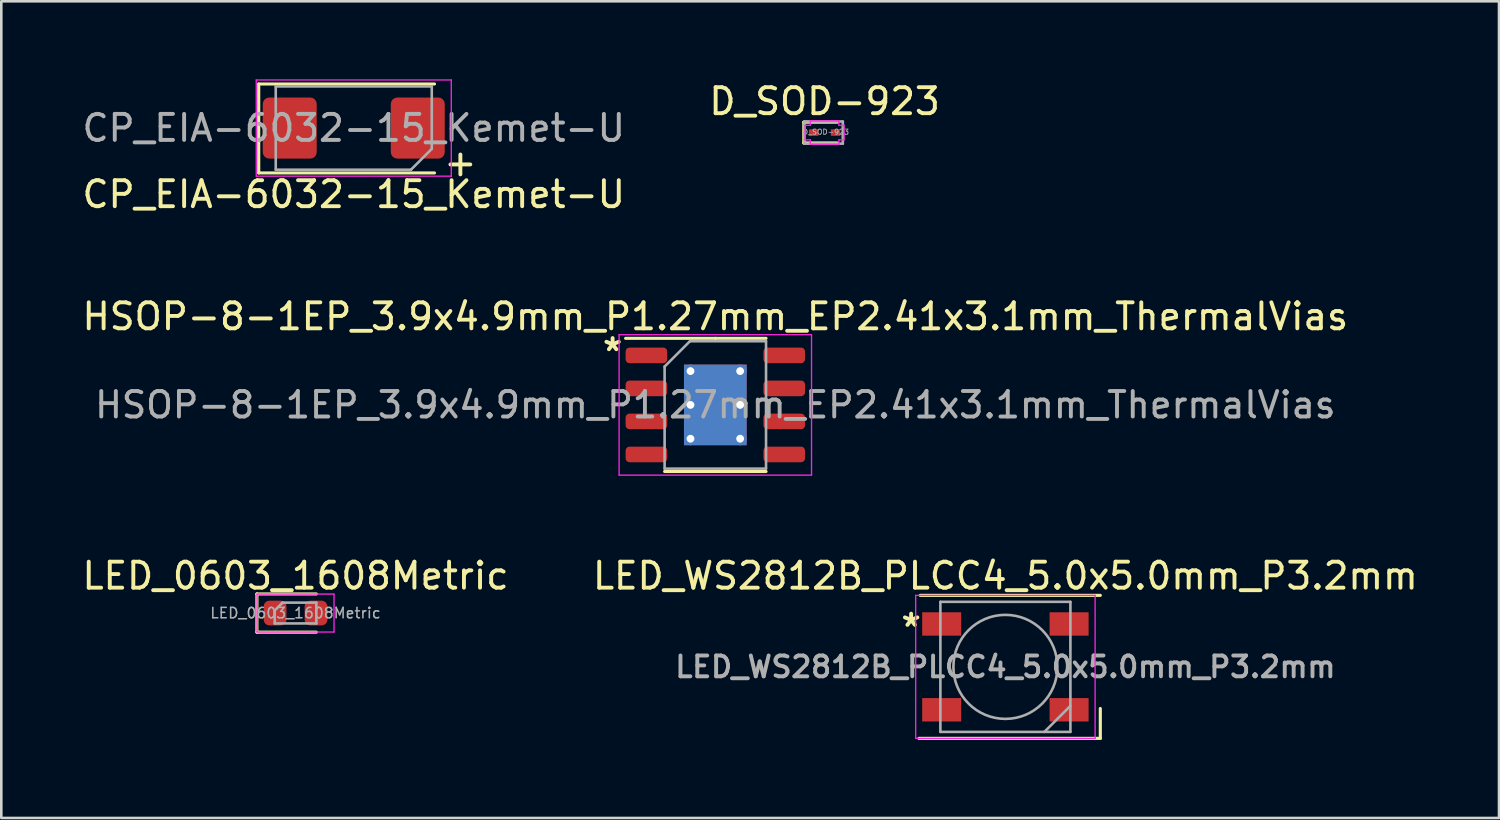
<source format=kicad_pcb>
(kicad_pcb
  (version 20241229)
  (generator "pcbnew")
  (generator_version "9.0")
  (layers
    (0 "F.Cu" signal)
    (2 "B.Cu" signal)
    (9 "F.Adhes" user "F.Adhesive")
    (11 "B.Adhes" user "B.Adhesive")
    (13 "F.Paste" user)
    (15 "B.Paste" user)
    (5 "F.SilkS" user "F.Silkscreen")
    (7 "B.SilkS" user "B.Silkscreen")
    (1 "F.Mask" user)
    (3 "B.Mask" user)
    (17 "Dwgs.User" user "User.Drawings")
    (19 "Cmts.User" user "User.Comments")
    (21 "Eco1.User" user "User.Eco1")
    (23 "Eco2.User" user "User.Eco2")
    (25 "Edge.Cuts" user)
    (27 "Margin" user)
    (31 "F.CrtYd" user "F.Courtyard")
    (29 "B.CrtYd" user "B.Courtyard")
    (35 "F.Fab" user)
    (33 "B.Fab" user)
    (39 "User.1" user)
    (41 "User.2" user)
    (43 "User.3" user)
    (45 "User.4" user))
  (footprint "CP_EIA-6032-15_Kemet-U"
    (layer "F.Cu")
    (at 10.554 1.875)
    (property "Reference" "CP_EIA-6032-15_Kemet-U" (at 0 2.55 180) (layer "F.SilkS") (effects (font (size 1 1) (thickness 0.15))))
    (attr smd)
    (fp_line (start -3.655 -1.695) (end -3.655 1.725) (stroke (width 0.12) (type solid)) (layer "F.SilkS"))
    (fp_line (start -3.655 1.725) (end 3.105 1.725) (stroke (width 0.12) (type solid)) (layer "F.SilkS"))
    (fp_line (start 3.105 -1.695) (end -3.655 -1.695) (stroke (width 0.12) (type solid)) (layer "F.SilkS"))
    (fp_line (start -3.75 -1.85) (end 3.75 -1.85) (stroke (width 0.05) (type solid)) (layer "F.CrtYd"))
    (fp_line (start -3.75 1.85) (end -3.75 -1.85) (stroke (width 0.05) (type solid)) (layer "F.CrtYd"))
    (fp_line (start 3.75 -1.85) (end 3.75 1.85) (stroke (width 0.05) (type solid)) (layer "F.CrtYd"))
    (fp_line (start 3.75 1.85) (end -3.75 1.85) (stroke (width 0.05) (type solid)) (layer "F.CrtYd"))
    (fp_line (start -3 -1.6) (end -3 1.6) (stroke (width 0.1) (type solid)) (layer "F.Fab"))
    (fp_line (start -3 1.6) (end 2.2 1.6) (stroke (width 0.1) (type solid)) (layer "F.Fab"))
    (fp_line (start 2.2 1.6) (end 3 0.8) (stroke (width 0.1) (type solid)) (layer "F.Fab"))
    (fp_line (start 3 -1.6) (end -3 -1.6) (stroke (width 0.1) (type solid)) (layer "F.Fab"))
    (fp_line (start 3 0.8) (end 3 -1.6) (stroke (width 0.1) (type solid)) (layer "F.Fab"))
    (fp_text user "+" (at 4.1 1.325 0) (unlocked yes) (layer "F.SilkS") (effects (font (size 1 1) (thickness 0.15))))
    (fp_text user "${REFERENCE}" (at 0 0 180) (layer "F.Fab") (effects (font (size 1 1) (thickness 0.15))))
    (pad "1" smd roundrect (at 2.462 0 180) (size 2.075 2.35) (layers "F.Cu" "F.Mask" "F.Paste") (roundrect_rratio 0.12))
    (pad "2" smd roundrect (at -2.462 0 180) (size 2.075 2.35) (layers "F.Cu" "F.Mask" "F.Paste") (roundrect_rratio 0.12)))
  (footprint "HSOP-8-1EP_3.9x4.9mm_P1.27mm_EP2.41x3.1mm_ThermalVias"
    (layer "F.Cu")
    (at 24.458 12.521)
    (property "Reference" "HSOP-8-1EP_3.9x4.9mm_P1.27mm_EP2.41x3.1mm_ThermalVias" (at 0 -3.4 0) (layer "F.SilkS") (effects (font (size 1 1) (thickness 0.15))))
    (attr smd)
    (fp_line (start 0 -2.56) (end -3.45 -2.56) (stroke (width 0.12) (type solid)) (layer "F.SilkS"))
    (fp_line (start 0 -2.56) (end 1.95 -2.56) (stroke (width 0.12) (type solid)) (layer "F.SilkS"))
    (fp_line (start 0 2.56) (end -1.95 2.56) (stroke (width 0.12) (type solid)) (layer "F.SilkS"))
    (fp_line (start 0 2.56) (end 1.95 2.56) (stroke (width 0.12) (type solid)) (layer "F.SilkS"))
    (fp_line (start -3.7 -2.7) (end -3.7 2.7) (stroke (width 0.05) (type solid)) (layer "F.CrtYd"))
    (fp_line (start -3.7 2.7) (end 3.7 2.7) (stroke (width 0.05) (type solid)) (layer "F.CrtYd"))
    (fp_line (start 3.7 -2.7) (end -3.7 -2.7) (stroke (width 0.05) (type solid)) (layer "F.CrtYd"))
    (fp_line (start 3.7 2.7) (end 3.7 -2.7) (stroke (width 0.05) (type solid)) (layer "F.CrtYd"))
    (fp_line (start -1.95 -1.475) (end -0.975 -2.45) (stroke (width 0.1) (type solid)) (layer "F.Fab"))
    (fp_line (start -1.95 2.45) (end -1.95 -1.475) (stroke (width 0.1) (type solid)) (layer "F.Fab"))
    (fp_line (start -0.975 -2.45) (end 1.95 -2.45) (stroke (width 0.1) (type solid)) (layer "F.Fab"))
    (fp_line (start 1.95 -2.45) (end 1.95 2.45) (stroke (width 0.1) (type solid)) (layer "F.Fab"))
    (fp_line (start 1.95 2.45) (end -1.95 2.45) (stroke (width 0.1) (type solid)) (layer "F.Fab"))
    (fp_text user "*" (at -3.95 -2.025 0) (unlocked yes) (layer "F.SilkS") (effects (font (size 1 1) (thickness 0.15))))
    (fp_text user "${REFERENCE}" (at 0 0 0) (layer "F.Fab") (effects (font (size 0.98 0.98) (thickness 0.15))))
    (pad "" smd roundrect (at -0.6 -0.775) (size 0.97 1.25) (layers "F.Paste") (roundrect_rratio 0.25))
    (pad "" smd roundrect (at -0.6 0.775) (size 0.97 1.25) (layers "F.Paste") (roundrect_rratio 0.25))
    (pad "" smd roundrect (at 0.6 -0.775) (size 0.97 1.25) (layers "F.Paste") (roundrect_rratio 0.25))
    (pad "" smd roundrect (at 0.6 0.775) (size 0.97 1.25) (layers "F.Paste") (roundrect_rratio 0.25))
    (pad "1" smd roundrect (at -2.65 -1.905) (size 1.6 0.6) (layers "F.Cu" "F.Mask" "F.Paste") (roundrect_rratio 0.25))
    (pad "2" smd roundrect (at -2.65 -0.635) (size 1.6 0.6) (layers "F.Cu" "F.Mask" "F.Paste") (roundrect_rratio 0.25))
    (pad "3" smd roundrect (at -2.65 0.635) (size 1.6 0.6) (layers "F.Cu" "F.Mask" "F.Paste") (roundrect_rratio 0.25))
    (pad "4" smd roundrect (at -2.65 1.905) (size 1.6 0.6) (layers "F.Cu" "F.Mask" "F.Paste") (roundrect_rratio 0.25))
    (pad "5" smd roundrect (at 2.65 1.905) (size 1.6 0.6) (layers "F.Cu" "F.Mask" "F.Paste") (roundrect_rratio 0.25))
    (pad "6" smd roundrect (at 2.65 0.635) (size 1.6 0.6) (layers "F.Cu" "F.Mask" "F.Paste") (roundrect_rratio 0.25))
    (pad "7" smd roundrect (at 2.65 -0.635) (size 1.6 0.6) (layers "F.Cu" "F.Mask" "F.Paste") (roundrect_rratio 0.25))
    (pad "8" smd roundrect (at 2.65 -1.905) (size 1.6 0.6) (layers "F.Cu" "F.Mask" "F.Paste") (roundrect_rratio 0.25))
    (pad "9" thru_hole circle (at -0.955 -1.3) (size 0.5 0.5) (drill 0.3) (layers "*.Cu"))
    (pad "9" thru_hole circle (at -0.955 0) (size 0.5 0.5) (drill 0.3) (layers "*.Cu"))
    (pad "9" thru_hole circle (at -0.955 1.3) (size 0.5 0.5) (drill 0.3) (layers "*.Cu"))
    (pad "9" smd rect (at 0 0) (size 2.41 3.1) (layers "F.Cu" "F.Mask"))
    (pad "9" smd rect (at 0 0) (size 2.41 3.1) (layers "B.Cu"))
    (pad "9" thru_hole circle (at 0.955 -1.3) (size 0.5 0.5) (drill 0.3) (layers "*.Cu"))
    (pad "9" thru_hole circle (at 0.955 0) (size 0.5 0.5) (drill 0.3) (layers "*.Cu"))
    (pad "9" thru_hole circle (at 0.955 1.3) (size 0.5 0.5) (drill 0.3) (layers "*.Cu")))
  (footprint "LED_0603_1608Metric"
    (layer "F.Cu")
    (at 8.315 20.525)
    (property "Reference" "LED_0603_1608Metric" (at 0 -1.43 0) (layer "F.SilkS") (effects (font (size 1 1) (thickness 0.15))))
    (attr smd)
    (fp_line (start -1.485 -0.735) (end -1.485 0.735) (stroke (width 0.12) (type solid)) (layer "F.SilkS"))
    (fp_line (start -1.485 0.735) (end 0.8 0.735) (stroke (width 0.12) (type solid)) (layer "F.SilkS"))
    (fp_line (start 0.8 -0.735) (end -1.485 -0.735) (stroke (width 0.12) (type solid)) (layer "F.SilkS"))
    (fp_line (start -1.48 -0.73) (end 1.48 -0.73) (stroke (width 0.05) (type solid)) (layer "F.CrtYd"))
    (fp_line (start -1.48 0.73) (end -1.48 -0.73) (stroke (width 0.05) (type solid)) (layer "F.CrtYd"))
    (fp_line (start 1.48 -0.73) (end 1.48 0.73) (stroke (width 0.05) (type solid)) (layer "F.CrtYd"))
    (fp_line (start 1.48 0.73) (end -1.48 0.73) (stroke (width 0.05) (type solid)) (layer "F.CrtYd"))
    (fp_line (start -0.8 -0.1) (end -0.8 0.4) (stroke (width 0.1) (type solid)) (layer "F.Fab"))
    (fp_line (start -0.8 0.4) (end 0.8 0.4) (stroke (width 0.1) (type solid)) (layer "F.Fab"))
    (fp_line (start -0.5 -0.4) (end -0.8 -0.1) (stroke (width 0.1) (type solid)) (layer "F.Fab"))
    (fp_line (start 0.8 -0.4) (end -0.5 -0.4) (stroke (width 0.1) (type solid)) (layer "F.Fab"))
    (fp_line (start 0.8 0.4) (end 0.8 -0.4) (stroke (width 0.1) (type solid)) (layer "F.Fab"))
    (fp_text user "${REFERENCE}" (at 0 0 0) (layer "F.Fab") (effects (font (size 0.4 0.4) (thickness 0.06))))
    (pad "1" smd roundrect (at -0.787 0) (size 0.875 0.95) (layers "F.Cu" "F.Mask" "F.Paste") (roundrect_rratio 0.25))
    (pad "2" smd roundrect (at 0.787 0) (size 0.875 0.95) (layers "F.Cu" "F.Mask" "F.Paste") (roundrect_rratio 0.25)))
  (footprint "D_SOD-923"
    (layer "F.Cu")
    (at 28.661 2.048)
    (property "Reference" "D_SOD-923" (at 0 -1.2 0) (layer "F.SilkS") (effects (font (size 1 1) (thickness 0.15))))
    (attr smd)
    (fp_line (start -0.8 -0.4) (end -0.8 0.4) (stroke (width 0.12) (type solid)) (layer "F.SilkS"))
    (fp_line (start 0.5 -0.4) (end -0.8 -0.4) (stroke (width 0.12) (type solid)) (layer "F.SilkS"))
    (fp_line (start 0.5 0.4) (end -0.8 0.4) (stroke (width 0.12) (type solid)) (layer "F.SilkS"))
    (fp_line (start -0.75 -0.28) (end -0.75 0.28) (stroke (width 0.05) (type solid)) (layer "F.CrtYd"))
    (fp_line (start -0.75 0.28) (end -0.55 0.28) (stroke (width 0.05) (type solid)) (layer "F.CrtYd"))
    (fp_line (start -0.55 -0.45) (end 0.55 -0.45) (stroke (width 0.05) (type solid)) (layer "F.CrtYd"))
    (fp_line (start -0.55 -0.28) (end -0.75 -0.28) (stroke (width 0.05) (type solid)) (layer "F.CrtYd"))
    (fp_line (start -0.55 -0.28) (end -0.55 -0.45) (stroke (width 0.05) (type solid)) (layer "F.CrtYd"))
    (fp_line (start -0.55 0.45) (end -0.55 0.28) (stroke (width 0.05) (type solid)) (layer "F.CrtYd"))
    (fp_line (start 0.55 -0.45) (end 0.55 -0.28) (stroke (width 0.05) (type solid)) (layer "F.CrtYd"))
    (fp_line (start 0.55 -0.28) (end 0.75 -0.28) (stroke (width 0.05) (type solid)) (layer "F.CrtYd"))
    (fp_line (start 0.55 0.28) (end 0.55 0.45) (stroke (width 0.05) (type solid)) (layer "F.CrtYd"))
    (fp_line (start 0.55 0.45) (end -0.55 0.45) (stroke (width 0.05) (type solid)) (layer "F.CrtYd"))
    (fp_line (start 0.75 -0.28) (end 0.75 0.28) (stroke (width 0.05) (type solid)) (layer "F.CrtYd"))
    (fp_line (start 0.75 0.28) (end 0.55 0.28) (stroke (width 0.05) (type solid)) (layer "F.CrtYd"))
    (fp_line (start -0.775 -0.425) (end 0.7 -0.425) (stroke (width 0.1) (type solid)) (layer "F.Fab"))
    (fp_line (start -0.775 0.425) (end -0.775 -0.425) (stroke (width 0.1) (type solid)) (layer "F.Fab"))
    (fp_line (start 0.7 -0.425) (end 0.7 0.425) (stroke (width 0.1) (type solid)) (layer "F.Fab"))
    (fp_line (start 0.7 0.425) (end -0.775 0.425) (stroke (width 0.1) (type solid)) (layer "F.Fab"))
    (fp_text user "${REFERENCE}" (at 0.05 -0.025 0) (layer "F.Fab") (effects (font (size 0.2 0.2) (thickness 0.03))))
    (pad "1" smd rect (at -0.42 0 180) (size 0.36 0.25) (layers "F.Cu" "F.Mask" "F.Paste"))
    (pad "2" smd rect (at 0.42 0 180) (size 0.36 0.25) (layers "F.Cu" "F.Mask" "F.Paste")))
  (footprint "LED_WS2812B_PLCC4_5.0x5.0mm_P3.2mm"
    (layer "F.Cu")
    (at 35.613 22.595)
    (property "Reference" "LED_WS2812B_PLCC4_5.0x5.0mm_P3.2mm" (at 0 -3.5 0) (layer "F.SilkS") (effects (font (size 1 1) (thickness 0.15))))
    (attr smd)
    (fp_line (start -3.325 2.75) (end 3.65 2.75) (stroke (width 0.12) (type solid)) (layer "F.SilkS"))
    (fp_line (start -3.275 -2.75) (end 3.65 -2.75) (stroke (width 0.12) (type solid)) (layer "F.SilkS"))
    (fp_line (start 3.65 2.75) (end 3.65 1.6) (stroke (width 0.12) (type solid)) (layer "F.SilkS"))
    (fp_line (start -3.45 -2.75) (end -3.45 2.75) (stroke (width 0.05) (type solid)) (layer "F.CrtYd"))
    (fp_line (start -3.45 2.75) (end 3.45 2.75) (stroke (width 0.05) (type solid)) (layer "F.CrtYd"))
    (fp_line (start 3.45 -2.75) (end -3.45 -2.75) (stroke (width 0.05) (type solid)) (layer "F.CrtYd"))
    (fp_line (start 3.45 2.75) (end 3.45 -2.75) (stroke (width 0.05) (type solid)) (layer "F.CrtYd"))
    (fp_line (start -2.5 -2.5) (end -2.5 2.5) (stroke (width 0.1) (type solid)) (layer "F.Fab"))
    (fp_line (start -2.5 2.5) (end 2.5 2.5) (stroke (width 0.1) (type solid)) (layer "F.Fab"))
    (fp_line (start 2.5 -2.5) (end -2.5 -2.5) (stroke (width 0.1) (type solid)) (layer "F.Fab"))
    (fp_line (start 2.5 1.5) (end 1.5 2.5) (stroke (width 0.1) (type solid)) (layer "F.Fab"))
    (fp_line (start 2.5 2.5) (end 2.5 -2.5) (stroke (width 0.1) (type solid)) (layer "F.Fab"))
    (fp_circle (center 0 0) (end 0 -2) (stroke (width 0.1) (type solid)) (fill no) (layer "F.Fab"))
    (fp_text user "*" (at -3.625 -1.5 0) (layer "F.SilkS") (effects (font (size 1 1) (thickness 0.15))))
    (fp_text user "${REFERENCE}" (at 0 0 0) (layer "F.Fab") (effects (font (size 0.8 0.8) (thickness 0.15))))
    (pad "1" smd rect (at -2.45 -1.65) (size 1.5 0.9) (layers "F.Cu" "F.Mask" "F.Paste"))
    (pad "2" smd rect (at -2.45 1.65) (size 1.5 0.9) (layers "F.Cu" "F.Mask" "F.Paste"))
    (pad "3" smd rect (at 2.45 1.65) (size 1.5 0.9) (layers "F.Cu" "F.Mask" "F.Paste"))
    (pad "4" smd rect (at 2.45 -1.65) (size 1.5 0.9) (layers "F.Cu" "F.Mask" "F.Paste")))
  (gr_rect
    (start -3 -3)
    (end 54.595 28.405)
    (stroke (width 0.1) (type default))
    (fill no)
    (layer "Edge.Cuts")))
</source>
